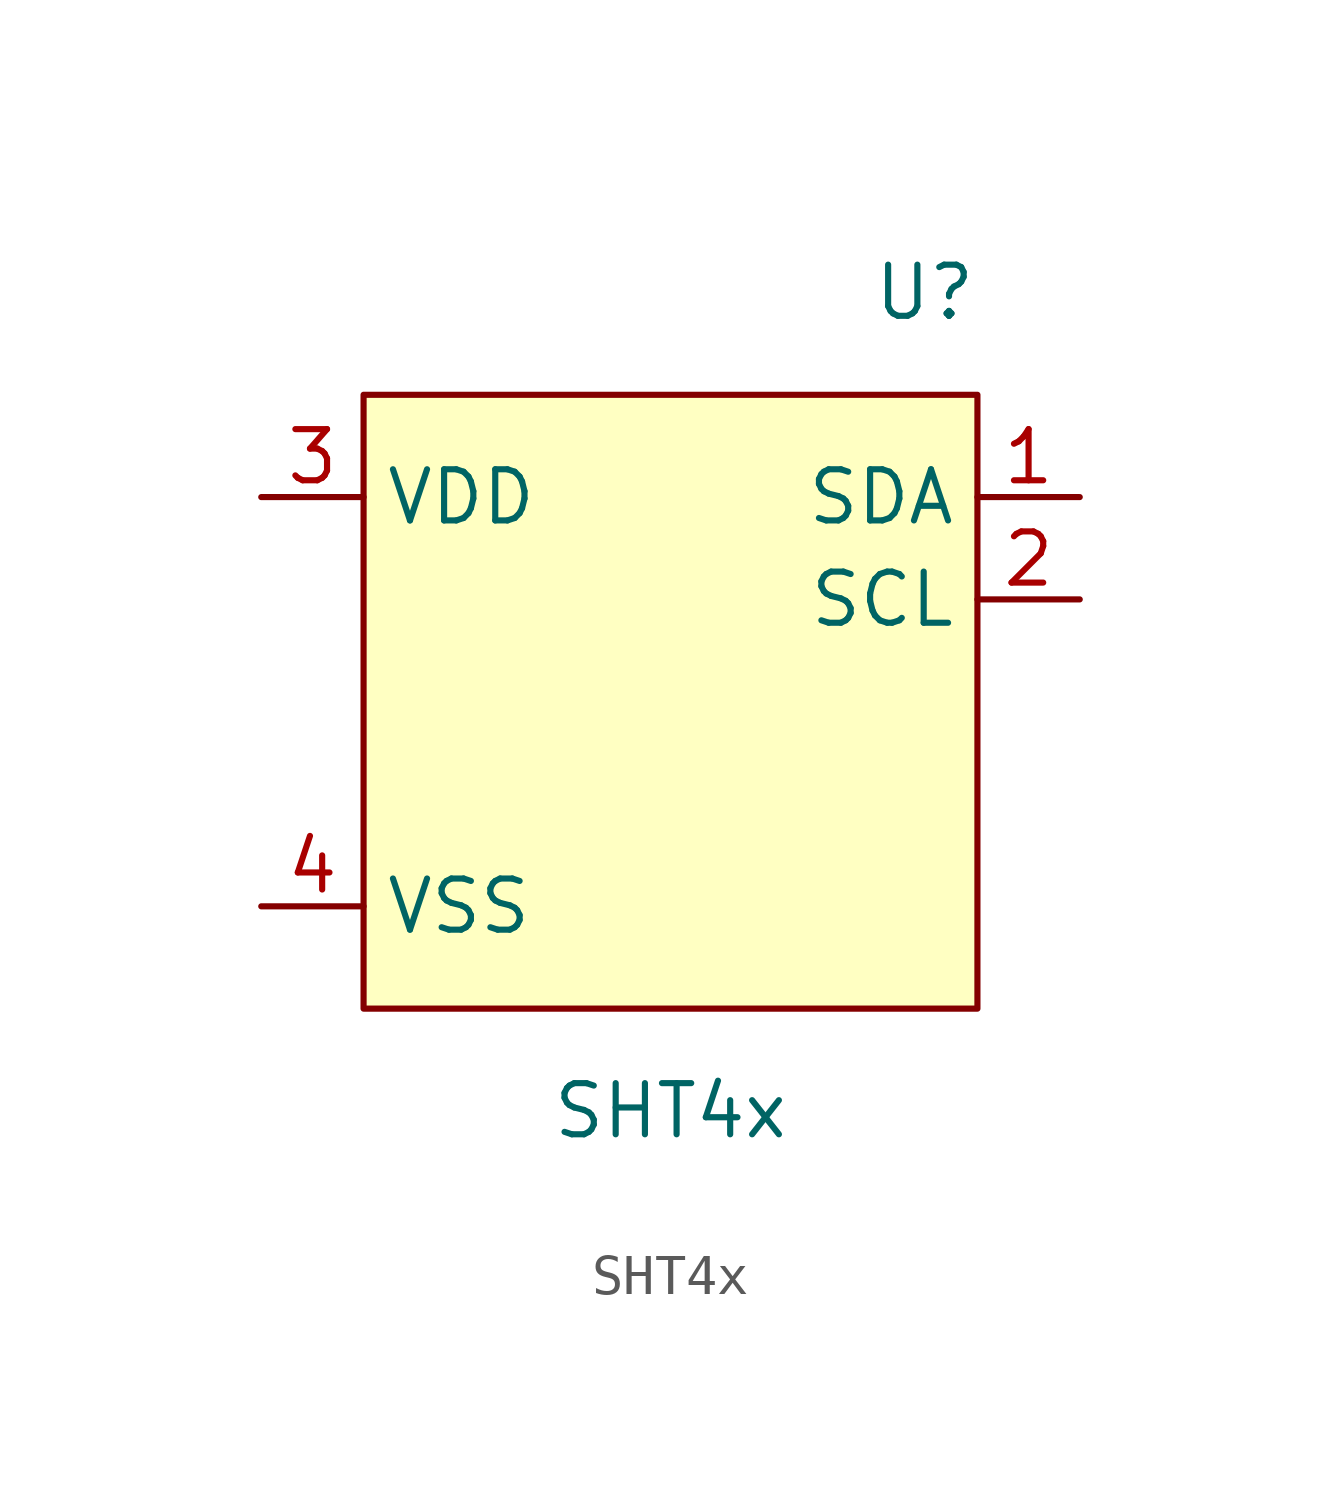
<source format=kicad_sym>
(kicad_symbol_lib
  (version 20231120)
  (generator "kicad_symbol_editor")
  (generator_version "8.0")
  (symbol "SHT4x"
    (property "Reference" "U"
      (at 7.62 10.16 0)
      (effects (font (size 1.27 1.27)) (justify right)))
    (property "Value" "SHT4x"
      (at 0 -10.16 0)
      (effects (font (size 1.27 1.27))))
    (symbol "SHT4x_0_0"
      (pin bidirectional line (at 10.16 5.08 180) (length 2.54) (name "SDA" (effects (font (size 1.27 1.27)))) (number "1" (effects (font (size 1.27 1.27)))))
      (pin input line (at 10.16 2.54 180) (length 2.54) (name "SCL" (effects (font (size 1.27 1.27)))) (number "2" (effects (font (size 1.27 1.27)))))
      (pin power_in line (at -10.16 5.08 0) (length 2.54) (name "VDD" (effects (font (size 1.27 1.27)))) (number "3" (effects (font (size 1.27 1.27)))))
      (pin power_in line (at -10.16 -5.08 0) (length 2.54) (name "VSS" (effects (font (size 1.27 1.27)))) (number "4" (effects (font (size 1.27 1.27))))))
    (symbol "SHT4x_1_1"
      (rectangle (start -7.62 7.62) (end 7.62 -7.62) (stroke (width 0) (type default)) (fill (type background))))))
</source>
